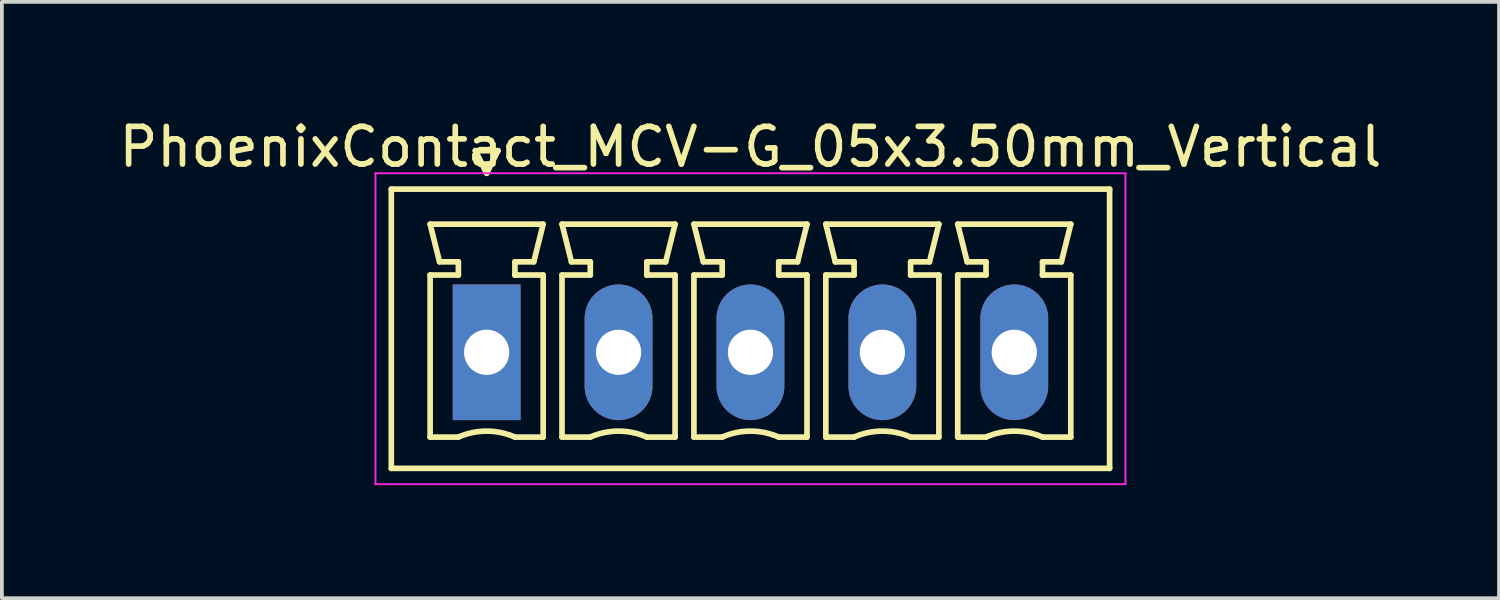
<source format=kicad_pcb>
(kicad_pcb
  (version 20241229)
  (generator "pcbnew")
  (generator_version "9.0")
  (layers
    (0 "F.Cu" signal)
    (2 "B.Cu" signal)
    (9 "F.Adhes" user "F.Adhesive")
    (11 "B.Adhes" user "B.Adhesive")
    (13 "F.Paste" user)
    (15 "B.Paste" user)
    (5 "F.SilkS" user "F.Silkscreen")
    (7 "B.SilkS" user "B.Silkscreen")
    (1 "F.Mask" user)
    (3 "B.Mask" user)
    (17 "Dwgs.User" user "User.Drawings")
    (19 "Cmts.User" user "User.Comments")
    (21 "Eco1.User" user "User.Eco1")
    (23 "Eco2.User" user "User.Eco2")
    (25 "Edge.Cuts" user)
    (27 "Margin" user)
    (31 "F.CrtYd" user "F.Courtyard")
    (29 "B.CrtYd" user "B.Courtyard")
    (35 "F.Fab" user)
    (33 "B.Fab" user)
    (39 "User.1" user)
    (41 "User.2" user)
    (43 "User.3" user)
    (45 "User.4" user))
  (footprint "PhoenixContact_MCV-G_05x3.50mm_Vertical"
    (layer "F.Cu")
    (at 9.863 6.298)
    (property "Reference" "PhoenixContact_MCV-G_05x3.50mm_Vertical" (at 7 -5.45 0) (layer "F.SilkS") (effects (font (size 1 1) (thickness 0.15))))
    (attr through_hole)
    (fp_line (start -2.53 -4.33) (end -2.53 3.08) (stroke (width 0.15) (type solid)) (layer "F.SilkS"))
    (fp_line (start -2.53 3.08) (end 16.53 3.08) (stroke (width 0.15) (type solid)) (layer "F.SilkS"))
    (fp_line (start -1.5 -3.4) (end 1.5 -3.4) (stroke (width 0.15) (type solid)) (layer "F.SilkS"))
    (fp_line (start -1.5 -2.05) (end -0.75 -2.05) (stroke (width 0.15) (type solid)) (layer "F.SilkS"))
    (fp_line (start -1.5 2.25) (end -1.5 -2.05) (stroke (width 0.15) (type solid)) (layer "F.SilkS"))
    (fp_line (start -1.25 -2.4) (end -1.5 -3.4) (stroke (width 0.15) (type solid)) (layer "F.SilkS"))
    (fp_line (start -0.75 -2.4) (end -1.25 -2.4) (stroke (width 0.15) (type solid)) (layer "F.SilkS"))
    (fp_line (start -0.75 -2.05) (end -0.75 -2.4) (stroke (width 0.15) (type solid)) (layer "F.SilkS"))
    (fp_line (start -0.75 2.25) (end -1.5 2.25) (stroke (width 0.15) (type solid)) (layer "F.SilkS"))
    (fp_line (start -0.3 -5.35) (end 0 -4.75) (stroke (width 0.15) (type solid)) (layer "F.SilkS"))
    (fp_line (start 0 -4.75) (end 0.3 -5.35) (stroke (width 0.15) (type solid)) (layer "F.SilkS"))
    (fp_line (start 0.3 -5.35) (end -0.3 -5.35) (stroke (width 0.15) (type solid)) (layer "F.SilkS"))
    (fp_line (start 0.75 -2.4) (end 0.75 -2.05) (stroke (width 0.15) (type solid)) (layer "F.SilkS"))
    (fp_line (start 0.75 -2.05) (end 0.75 -2.05) (stroke (width 0.15) (type solid)) (layer "F.SilkS"))
    (fp_line (start 0.75 -2.05) (end 1.5 -2.05) (stroke (width 0.15) (type solid)) (layer "F.SilkS"))
    (fp_line (start 1.25 -2.4) (end 0.75 -2.4) (stroke (width 0.15) (type solid)) (layer "F.SilkS"))
    (fp_line (start 1.5 -3.4) (end 1.25 -2.4) (stroke (width 0.15) (type solid)) (layer "F.SilkS"))
    (fp_line (start 1.5 -2.05) (end 1.5 2.25) (stroke (width 0.15) (type solid)) (layer "F.SilkS"))
    (fp_line (start 1.5 2.25) (end 0.75 2.25) (stroke (width 0.15) (type solid)) (layer "F.SilkS"))
    (fp_line (start 2 -3.4) (end 5 -3.4) (stroke (width 0.15) (type solid)) (layer "F.SilkS"))
    (fp_line (start 2 -2.05) (end 2.75 -2.05) (stroke (width 0.15) (type solid)) (layer "F.SilkS"))
    (fp_line (start 2 2.25) (end 2 -2.05) (stroke (width 0.15) (type solid)) (layer "F.SilkS"))
    (fp_line (start 2.25 -2.4) (end 2 -3.4) (stroke (width 0.15) (type solid)) (layer "F.SilkS"))
    (fp_line (start 2.75 -2.4) (end 2.25 -2.4) (stroke (width 0.15) (type solid)) (layer "F.SilkS"))
    (fp_line (start 2.75 -2.05) (end 2.75 -2.4) (stroke (width 0.15) (type solid)) (layer "F.SilkS"))
    (fp_line (start 2.75 2.25) (end 2 2.25) (stroke (width 0.15) (type solid)) (layer "F.SilkS"))
    (fp_line (start 4.25 -2.4) (end 4.25 -2.05) (stroke (width 0.15) (type solid)) (layer "F.SilkS"))
    (fp_line (start 4.25 -2.05) (end 4.25 -2.05) (stroke (width 0.15) (type solid)) (layer "F.SilkS"))
    (fp_line (start 4.25 -2.05) (end 5 -2.05) (stroke (width 0.15) (type solid)) (layer "F.SilkS"))
    (fp_line (start 4.75 -2.4) (end 4.25 -2.4) (stroke (width 0.15) (type solid)) (layer "F.SilkS"))
    (fp_line (start 5 -3.4) (end 4.75 -2.4) (stroke (width 0.15) (type solid)) (layer "F.SilkS"))
    (fp_line (start 5 -2.05) (end 5 2.25) (stroke (width 0.15) (type solid)) (layer "F.SilkS"))
    (fp_line (start 5 2.25) (end 4.25 2.25) (stroke (width 0.15) (type solid)) (layer "F.SilkS"))
    (fp_line (start 5.5 -3.4) (end 8.5 -3.4) (stroke (width 0.15) (type solid)) (layer "F.SilkS"))
    (fp_line (start 5.5 -2.05) (end 6.25 -2.05) (stroke (width 0.15) (type solid)) (layer "F.SilkS"))
    (fp_line (start 5.5 2.25) (end 5.5 -2.05) (stroke (width 0.15) (type solid)) (layer "F.SilkS"))
    (fp_line (start 5.75 -2.4) (end 5.5 -3.4) (stroke (width 0.15) (type solid)) (layer "F.SilkS"))
    (fp_line (start 6.25 -2.4) (end 5.75 -2.4) (stroke (width 0.15) (type solid)) (layer "F.SilkS"))
    (fp_line (start 6.25 -2.05) (end 6.25 -2.4) (stroke (width 0.15) (type solid)) (layer "F.SilkS"))
    (fp_line (start 6.25 2.25) (end 5.5 2.25) (stroke (width 0.15) (type solid)) (layer "F.SilkS"))
    (fp_line (start 7.75 -2.4) (end 7.75 -2.05) (stroke (width 0.15) (type solid)) (layer "F.SilkS"))
    (fp_line (start 7.75 -2.05) (end 7.75 -2.05) (stroke (width 0.15) (type solid)) (layer "F.SilkS"))
    (fp_line (start 7.75 -2.05) (end 8.5 -2.05) (stroke (width 0.15) (type solid)) (layer "F.SilkS"))
    (fp_line (start 8.25 -2.4) (end 7.75 -2.4) (stroke (width 0.15) (type solid)) (layer "F.SilkS"))
    (fp_line (start 8.5 -3.4) (end 8.25 -2.4) (stroke (width 0.15) (type solid)) (layer "F.SilkS"))
    (fp_line (start 8.5 -2.05) (end 8.5 2.25) (stroke (width 0.15) (type solid)) (layer "F.SilkS"))
    (fp_line (start 8.5 2.25) (end 7.75 2.25) (stroke (width 0.15) (type solid)) (layer "F.SilkS"))
    (fp_line (start 9 -3.4) (end 12 -3.4) (stroke (width 0.15) (type solid)) (layer "F.SilkS"))
    (fp_line (start 9 -2.05) (end 9.75 -2.05) (stroke (width 0.15) (type solid)) (layer "F.SilkS"))
    (fp_line (start 9 2.25) (end 9 -2.05) (stroke (width 0.15) (type solid)) (layer "F.SilkS"))
    (fp_line (start 9.25 -2.4) (end 9 -3.4) (stroke (width 0.15) (type solid)) (layer "F.SilkS"))
    (fp_line (start 9.75 -2.4) (end 9.25 -2.4) (stroke (width 0.15) (type solid)) (layer "F.SilkS"))
    (fp_line (start 9.75 -2.05) (end 9.75 -2.4) (stroke (width 0.15) (type solid)) (layer "F.SilkS"))
    (fp_line (start 9.75 2.25) (end 9 2.25) (stroke (width 0.15) (type solid)) (layer "F.SilkS"))
    (fp_line (start 11.25 -2.4) (end 11.25 -2.05) (stroke (width 0.15) (type solid)) (layer "F.SilkS"))
    (fp_line (start 11.25 -2.05) (end 11.25 -2.05) (stroke (width 0.15) (type solid)) (layer "F.SilkS"))
    (fp_line (start 11.25 -2.05) (end 12 -2.05) (stroke (width 0.15) (type solid)) (layer "F.SilkS"))
    (fp_line (start 11.75 -2.4) (end 11.25 -2.4) (stroke (width 0.15) (type solid)) (layer "F.SilkS"))
    (fp_line (start 12 -3.4) (end 11.75 -2.4) (stroke (width 0.15) (type solid)) (layer "F.SilkS"))
    (fp_line (start 12 -2.05) (end 12 2.25) (stroke (width 0.15) (type solid)) (layer "F.SilkS"))
    (fp_line (start 12 2.25) (end 11.25 2.25) (stroke (width 0.15) (type solid)) (layer "F.SilkS"))
    (fp_line (start 12.5 -3.4) (end 15.5 -3.4) (stroke (width 0.15) (type solid)) (layer "F.SilkS"))
    (fp_line (start 12.5 -2.05) (end 13.25 -2.05) (stroke (width 0.15) (type solid)) (layer "F.SilkS"))
    (fp_line (start 12.5 2.25) (end 12.5 -2.05) (stroke (width 0.15) (type solid)) (layer "F.SilkS"))
    (fp_line (start 12.75 -2.4) (end 12.5 -3.4) (stroke (width 0.15) (type solid)) (layer "F.SilkS"))
    (fp_line (start 13.25 -2.4) (end 12.75 -2.4) (stroke (width 0.15) (type solid)) (layer "F.SilkS"))
    (fp_line (start 13.25 -2.05) (end 13.25 -2.4) (stroke (width 0.15) (type solid)) (layer "F.SilkS"))
    (fp_line (start 13.25 2.25) (end 12.5 2.25) (stroke (width 0.15) (type solid)) (layer "F.SilkS"))
    (fp_line (start 14.75 -2.4) (end 14.75 -2.05) (stroke (width 0.15) (type solid)) (layer "F.SilkS"))
    (fp_line (start 14.75 -2.05) (end 14.75 -2.05) (stroke (width 0.15) (type solid)) (layer "F.SilkS"))
    (fp_line (start 14.75 -2.05) (end 15.5 -2.05) (stroke (width 0.15) (type solid)) (layer "F.SilkS"))
    (fp_line (start 15.25 -2.4) (end 14.75 -2.4) (stroke (width 0.15) (type solid)) (layer "F.SilkS"))
    (fp_line (start 15.5 -3.4) (end 15.25 -2.4) (stroke (width 0.15) (type solid)) (layer "F.SilkS"))
    (fp_line (start 15.5 -2.05) (end 15.5 2.25) (stroke (width 0.15) (type solid)) (layer "F.SilkS"))
    (fp_line (start 15.5 2.25) (end 14.75 2.25) (stroke (width 0.15) (type solid)) (layer "F.SilkS"))
    (fp_line (start 16.53 -4.33) (end -2.53 -4.33) (stroke (width 0.15) (type solid)) (layer "F.SilkS"))
    (fp_line (start 16.53 3.08) (end 16.53 -4.33) (stroke (width 0.15) (type solid)) (layer "F.SilkS"))
    (fp_arc (start -0.75 2.25) (mid -0.000193 2.09191) (end 0.749647 2.249844) (stroke (width 0.15) (type solid)) (layer "F.SilkS"))
    (fp_arc (start 2.75 2.25) (mid 3.499807 2.09191) (end 4.249647 2.249844) (stroke (width 0.15) (type solid)) (layer "F.SilkS"))
    (fp_arc (start 6.25 2.25) (mid 6.999807 2.09191) (end 7.749647 2.249844) (stroke (width 0.15) (type solid)) (layer "F.SilkS"))
    (fp_arc (start 9.75 2.25) (mid 10.499807 2.09191) (end 11.249647 2.249844) (stroke (width 0.15) (type solid)) (layer "F.SilkS"))
    (fp_arc (start 13.25 2.25) (mid 13.999807 2.09191) (end 14.749647 2.249844) (stroke (width 0.15) (type solid)) (layer "F.SilkS"))
    (fp_line (start -2.95 -4.75) (end -2.95 3.5) (stroke (width 0.05) (type solid)) (layer "F.CrtYd"))
    (fp_line (start -2.95 3.5) (end 16.95 3.5) (stroke (width 0.05) (type solid)) (layer "F.CrtYd"))
    (fp_line (start 16.95 -4.75) (end -2.95 -4.75) (stroke (width 0.05) (type solid)) (layer "F.CrtYd"))
    (fp_line (start 16.95 3.5) (end 16.95 -4.75) (stroke (width 0.05) (type solid)) (layer "F.CrtYd"))
    (pad "1" thru_hole rect (at 0 0) (size 1.8 3.6) (drill 1.2) (layers "*.Cu" "*.Mask"))
    (pad "2" thru_hole oval (at 3.5 0) (size 1.8 3.6) (drill 1.2) (layers "*.Cu" "*.Mask"))
    (pad "3" thru_hole oval (at 7 0) (size 1.8 3.6) (drill 1.2) (layers "*.Cu" "*.Mask"))
    (pad "4" thru_hole oval (at 10.5 0) (size 1.8 3.6) (drill 1.2) (layers "*.Cu" "*.Mask"))
    (pad "5" thru_hole oval (at 14 0) (size 1.8 3.6) (drill 1.2) (layers "*.Cu" "*.Mask")))
  (gr_rect
    (start -3 -3)
    (end 36.726 12.823)
    (stroke (width 0.1) (type default))
    (fill no)
    (layer "Edge.Cuts")))
</source>
